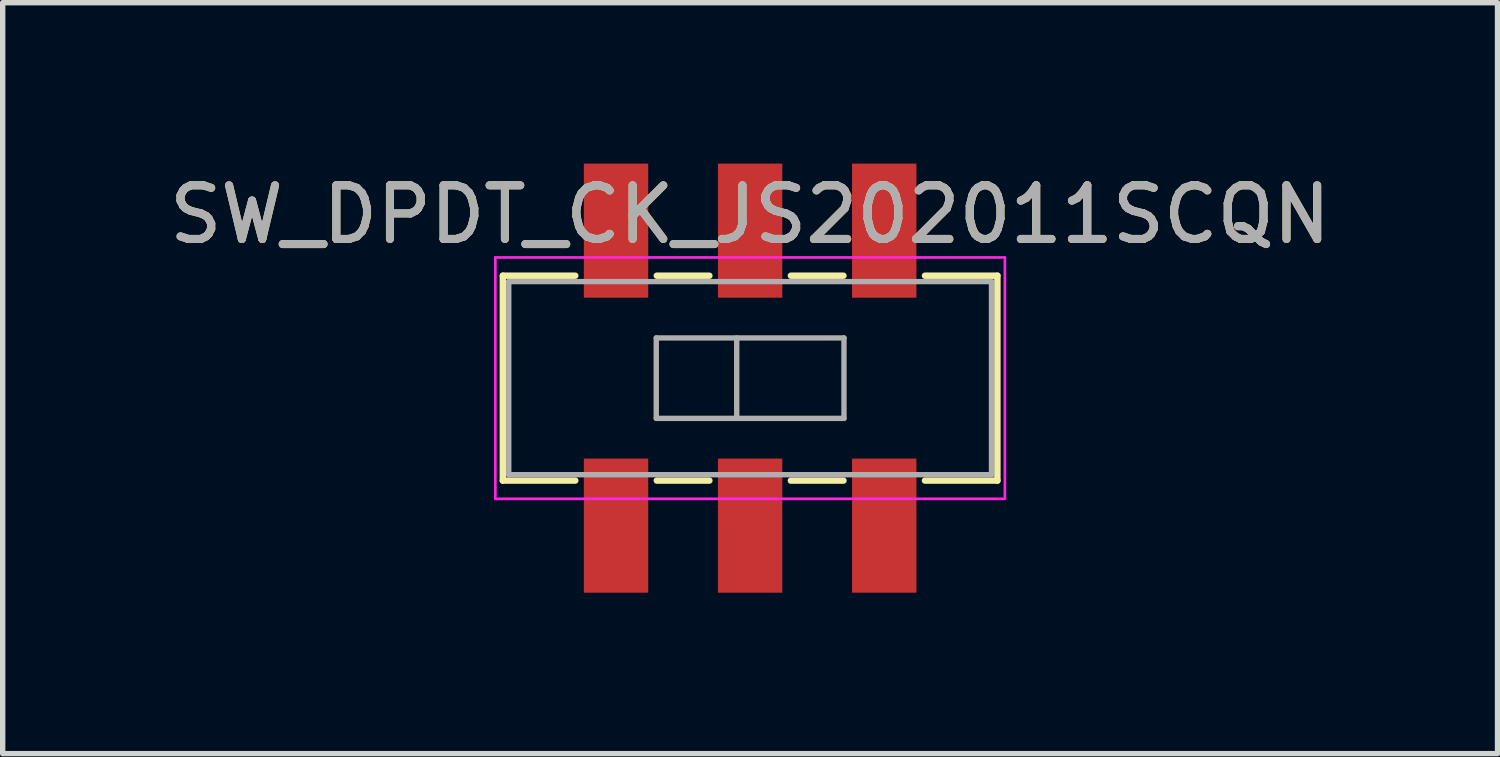
<source format=kicad_pcb>
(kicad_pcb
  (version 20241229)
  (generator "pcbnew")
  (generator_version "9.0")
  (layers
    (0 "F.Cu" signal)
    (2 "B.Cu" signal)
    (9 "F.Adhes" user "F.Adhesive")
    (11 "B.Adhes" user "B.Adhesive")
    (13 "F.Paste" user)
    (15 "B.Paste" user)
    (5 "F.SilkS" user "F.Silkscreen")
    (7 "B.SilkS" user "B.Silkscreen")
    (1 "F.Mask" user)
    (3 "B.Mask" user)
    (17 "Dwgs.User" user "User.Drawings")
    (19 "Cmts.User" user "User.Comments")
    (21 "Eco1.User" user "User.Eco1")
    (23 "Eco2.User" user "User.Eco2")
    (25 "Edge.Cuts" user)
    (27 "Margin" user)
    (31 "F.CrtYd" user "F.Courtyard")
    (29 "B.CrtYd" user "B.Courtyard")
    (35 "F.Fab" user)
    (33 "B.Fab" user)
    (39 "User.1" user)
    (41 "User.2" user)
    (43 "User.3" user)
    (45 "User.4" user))
  (footprint "SW_DPDT_CK_JS202011SCQN"
    (layer "F.Cu")
    (at 10.935 4)
    (property "Reference" "SW_DPDT_CK_JS202011SCQN" (at 0 -3.05 0) (layer "F.SilkS") (effects (font (size 1 1) (thickness 0.15))))
    (attr smd)
    (fp_line (start -4.61 -1.91) (end -4.61 1.91) (stroke (width 0.12) (type solid)) (layer "F.SilkS"))
    (fp_line (start -4.61 1.91) (end -3.26 1.91) (stroke (width 0.12) (type solid)) (layer "F.SilkS"))
    (fp_line (start -3.26 -1.91) (end -4.61 -1.91) (stroke (width 0.12) (type solid)) (layer "F.SilkS"))
    (fp_line (start -0.76 -1.91) (end -1.74 -1.91) (stroke (width 0.12) (type solid)) (layer "F.SilkS"))
    (fp_line (start -0.76 1.91) (end -1.74 1.91) (stroke (width 0.12) (type solid)) (layer "F.SilkS"))
    (fp_line (start 1.74 -1.91) (end 0.76 -1.91) (stroke (width 0.12) (type solid)) (layer "F.SilkS"))
    (fp_line (start 1.74 1.91) (end 0.76 1.91) (stroke (width 0.12) (type solid)) (layer "F.SilkS"))
    (fp_line (start 4.61 -1.91) (end 3.26 -1.91) (stroke (width 0.12) (type solid)) (layer "F.SilkS"))
    (fp_line (start 4.61 -1.91) (end 4.61 1.91) (stroke (width 0.12) (type solid)) (layer "F.SilkS"))
    (fp_line (start 4.61 1.91) (end 3.26 1.91) (stroke (width 0.12) (type solid)) (layer "F.SilkS"))
    (fp_line (start -4.75 -2.25) (end -4.75 2.25) (stroke (width 0.05) (type solid)) (layer "F.CrtYd"))
    (fp_line (start -4.75 -2.25) (end 4.75 -2.25) (stroke (width 0.05) (type solid)) (layer "F.CrtYd"))
    (fp_line (start 4.75 -2.25) (end 4.75 2.25) (stroke (width 0.05) (type solid)) (layer "F.CrtYd"))
    (fp_line (start 4.75 2.25) (end -4.75 2.25) (stroke (width 0.05) (type solid)) (layer "F.CrtYd"))
    (fp_line (start -4.5 -1.8) (end 4.5 -1.8) (stroke (width 0.1) (type solid)) (layer "F.Fab"))
    (fp_line (start -4.5 1.8) (end -4.5 -1.8) (stroke (width 0.1) (type solid)) (layer "F.Fab"))
    (fp_line (start -1.75 -0.75) (end -1.75 0.75) (stroke (width 0.1) (type solid)) (layer "F.Fab"))
    (fp_line (start -1.75 -0.75) (end 1.75 -0.75) (stroke (width 0.1) (type solid)) (layer "F.Fab"))
    (fp_line (start -0.25 -0.75) (end -0.25 0.75) (stroke (width 0.1) (type solid)) (layer "F.Fab"))
    (fp_line (start 1.75 -0.75) (end 1.75 0.75) (stroke (width 0.1) (type solid)) (layer "F.Fab"))
    (fp_line (start 1.75 0.75) (end -1.75 0.75) (stroke (width 0.1) (type solid)) (layer "F.Fab"))
    (fp_line (start 4.5 -1.8) (end 4.5 1.8) (stroke (width 0.1) (type solid)) (layer "F.Fab"))
    (fp_line (start 4.5 1.8) (end -4.5 1.8) (stroke (width 0.1) (type solid)) (layer "F.Fab"))
    (fp_text user "${REFERENCE}" (at 0 -3.05 0) (layer "F.Fab") (effects (font (size 1 1) (thickness 0.15))))
    (pad "1" smd rect (at -2.5 2.75) (size 1.2 2.5) (layers "F.Cu" "F.Mask" "F.Paste"))
    (pad "2" smd rect (at 0 2.75) (size 1.2 2.5) (layers "F.Cu" "F.Mask" "F.Paste"))
    (pad "3" smd rect (at 2.5 2.75) (size 1.2 2.5) (layers "F.Cu" "F.Mask" "F.Paste"))
    (pad "4" smd rect (at -2.5 -2.75) (size 1.2 2.5) (layers "F.Cu" "F.Mask" "F.Paste"))
    (pad "5" smd rect (at 0 -2.75) (size 1.2 2.5) (layers "F.Cu" "F.Mask" "F.Paste"))
    (pad "6" smd rect (at 2.5 -2.75) (size 1.2 2.5) (layers "F.Cu" "F.Mask" "F.Paste")))
  (gr_rect
    (start -3 -3)
    (end 24.869 11)
    (stroke (width 0.1) (type default))
    (fill no)
    (layer "Edge.Cuts")))
</source>
